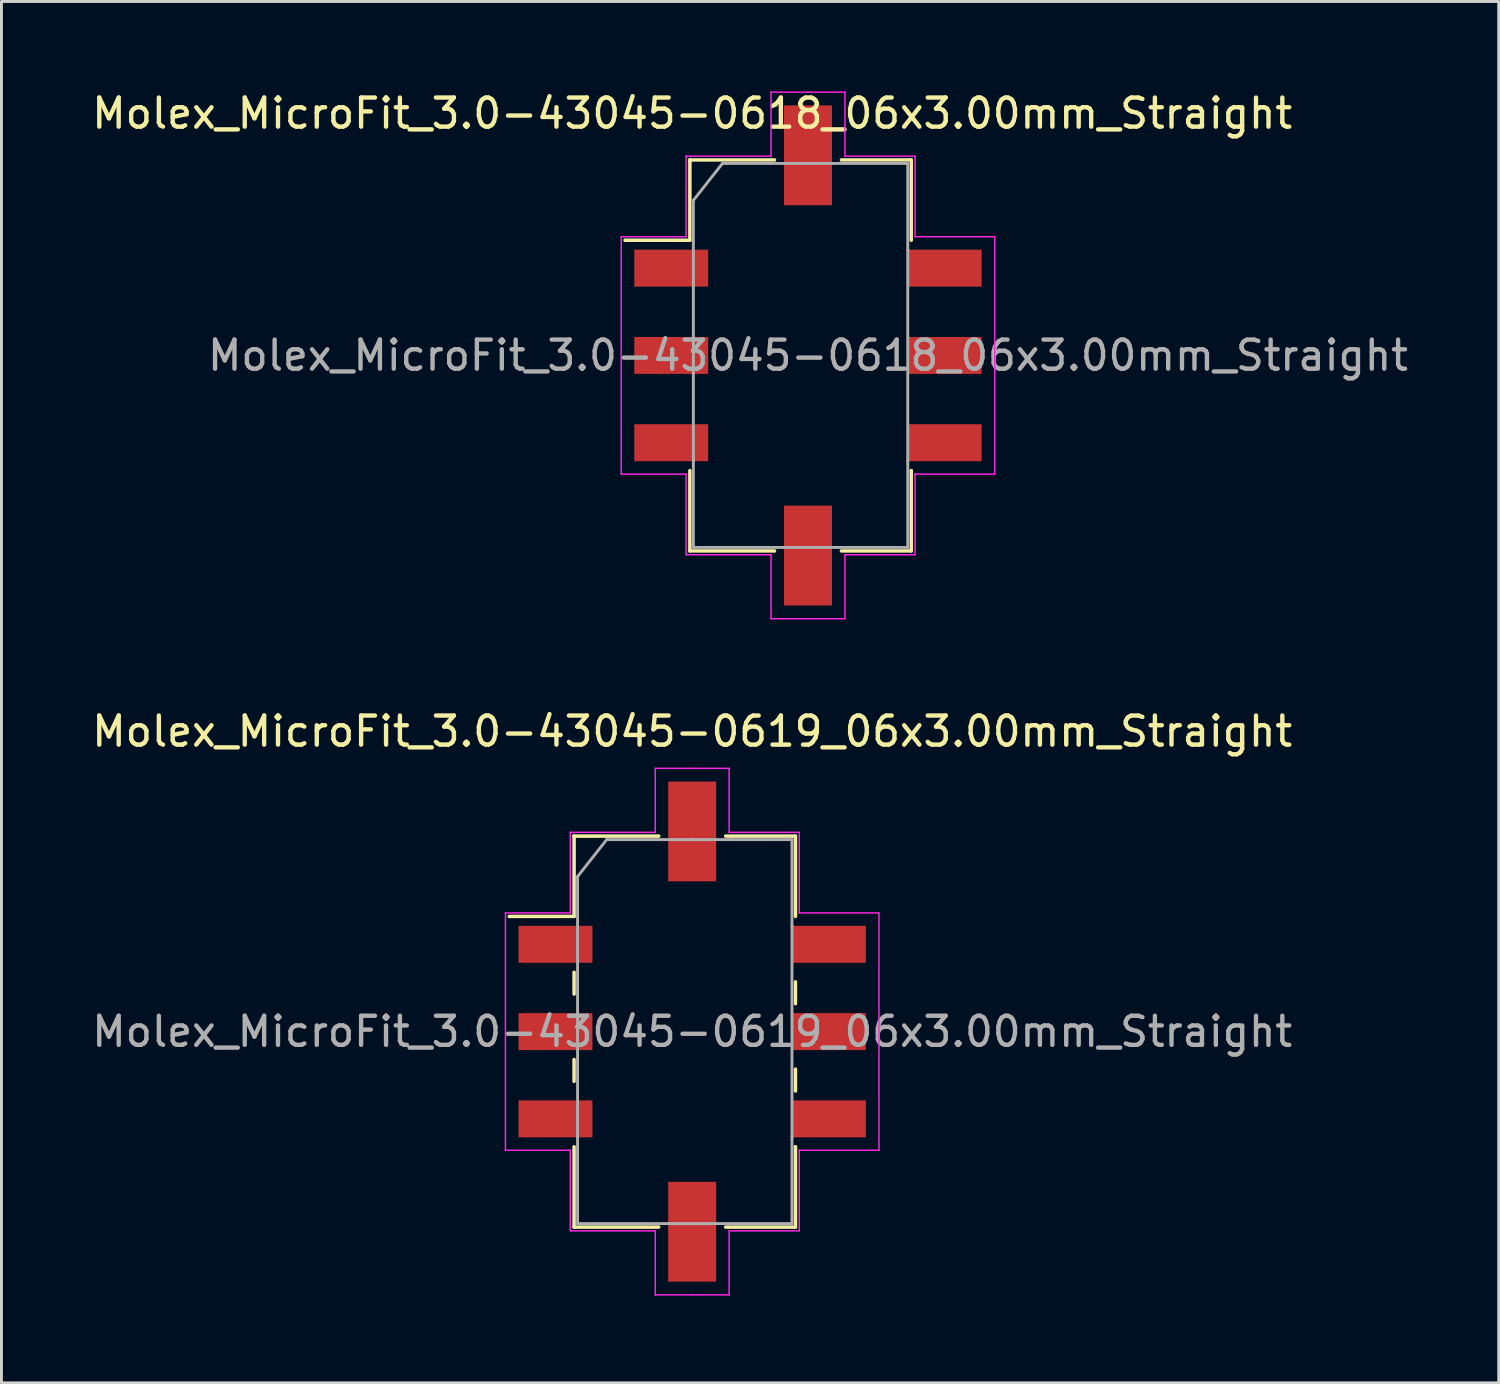
<source format=kicad_pcb>
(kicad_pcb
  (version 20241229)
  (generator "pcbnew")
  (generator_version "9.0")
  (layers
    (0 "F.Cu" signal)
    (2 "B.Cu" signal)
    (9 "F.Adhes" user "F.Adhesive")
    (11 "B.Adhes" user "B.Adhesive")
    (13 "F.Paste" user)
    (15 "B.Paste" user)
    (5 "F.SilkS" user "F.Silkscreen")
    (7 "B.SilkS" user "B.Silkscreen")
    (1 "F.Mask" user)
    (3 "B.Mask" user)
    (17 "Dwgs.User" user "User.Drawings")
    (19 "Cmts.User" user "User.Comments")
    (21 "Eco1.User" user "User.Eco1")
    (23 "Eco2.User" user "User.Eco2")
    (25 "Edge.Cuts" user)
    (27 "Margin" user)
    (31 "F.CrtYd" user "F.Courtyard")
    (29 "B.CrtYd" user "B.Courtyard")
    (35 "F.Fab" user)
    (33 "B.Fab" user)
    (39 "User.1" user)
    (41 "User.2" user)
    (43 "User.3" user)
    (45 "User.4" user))
  (footprint "Molex_MicroFit_3.0-43045-0619_06x3.00mm_Straight"
    (layer "F.Cu")
    (at 20.744 32.411)
    (property "Reference" "Molex_MicroFit_3.0-43045-0619_06x3.00mm_Straight" (at 0 -10.32 0) (layer "F.SilkS") (effects (font (size 1 1) (thickness 0.15))))
    (attr smd)
    (fp_line (start -6.29 -3.96) (end -4.06 -3.96) (stroke (width 0.12) (type solid)) (layer "F.SilkS"))
    (fp_line (start -4.06 -6.72) (end -4.06 -6.72) (stroke (width 0.12) (type solid)) (layer "F.SilkS"))
    (fp_line (start -4.06 -6.72) (end -1.15 -6.72) (stroke (width 0.12) (type solid)) (layer "F.SilkS"))
    (fp_line (start -4.06 -3.96) (end -4.06 -6.72) (stroke (width 0.12) (type solid)) (layer "F.SilkS"))
    (fp_line (start -4.06 -2.04) (end -4.06 -1.29) (stroke (width 0.12) (type solid)) (layer "F.SilkS"))
    (fp_line (start -4.06 0.96) (end -4.06 1.71) (stroke (width 0.12) (type solid)) (layer "F.SilkS"))
    (fp_line (start -4.06 6.72) (end -4.06 3.96) (stroke (width 0.12) (type solid)) (layer "F.SilkS"))
    (fp_line (start -1.15 6.72) (end -4.06 6.72) (stroke (width 0.12) (type solid)) (layer "F.SilkS"))
    (fp_line (start 1.15 -6.72) (end 3.55 -6.72) (stroke (width 0.12) (type solid)) (layer "F.SilkS"))
    (fp_line (start 3.55 -6.72) (end 3.55 -3.96) (stroke (width 0.12) (type solid)) (layer "F.SilkS"))
    (fp_line (start 3.55 -0.96) (end 3.55 -1.71) (stroke (width 0.12) (type solid)) (layer "F.SilkS"))
    (fp_line (start 3.55 2.04) (end 3.55 1.29) (stroke (width 0.12) (type solid)) (layer "F.SilkS"))
    (fp_line (start 3.55 3.96) (end 3.55 3.96) (stroke (width 0.12) (type solid)) (layer "F.SilkS"))
    (fp_line (start 3.55 3.96) (end 3.55 6.72) (stroke (width 0.12) (type solid)) (layer "F.SilkS"))
    (fp_line (start 3.55 6.72) (end 1.15 6.72) (stroke (width 0.12) (type solid)) (layer "F.SilkS"))
    (fp_line (start -6.42 -4.08) (end -4.19 -4.08) (stroke (width 0.05) (type solid)) (layer "F.CrtYd"))
    (fp_line (start -6.42 4.08) (end -6.42 -4.08) (stroke (width 0.05) (type solid)) (layer "F.CrtYd"))
    (fp_line (start -4.19 -6.85) (end -4.19 -6.85) (stroke (width 0.05) (type solid)) (layer "F.CrtYd"))
    (fp_line (start -4.19 -6.85) (end -1.27 -6.85) (stroke (width 0.05) (type solid)) (layer "F.CrtYd"))
    (fp_line (start -4.19 -4.08) (end -4.19 -6.85) (stroke (width 0.05) (type solid)) (layer "F.CrtYd"))
    (fp_line (start -4.19 4.08) (end -6.42 4.08) (stroke (width 0.05) (type solid)) (layer "F.CrtYd"))
    (fp_line (start -4.19 6.85) (end -4.19 4.08) (stroke (width 0.05) (type solid)) (layer "F.CrtYd"))
    (fp_line (start -1.27 -9.05) (end 0 -9.05) (stroke (width 0.05) (type solid)) (layer "F.CrtYd"))
    (fp_line (start -1.27 -6.85) (end -1.27 -9.05) (stroke (width 0.05) (type solid)) (layer "F.CrtYd"))
    (fp_line (start -1.27 6.85) (end -4.19 6.85) (stroke (width 0.05) (type solid)) (layer "F.CrtYd"))
    (fp_line (start -1.27 9.05) (end -1.27 6.85) (stroke (width 0.05) (type solid)) (layer "F.CrtYd"))
    (fp_line (start 0 -9.05) (end 1.27 -9.05) (stroke (width 0.05) (type solid)) (layer "F.CrtYd"))
    (fp_line (start 0 9.05) (end -1.27 9.05) (stroke (width 0.05) (type solid)) (layer "F.CrtYd"))
    (fp_line (start 1.27 -9.05) (end 1.27 -6.85) (stroke (width 0.05) (type solid)) (layer "F.CrtYd"))
    (fp_line (start 1.27 -6.85) (end 3.68 -6.85) (stroke (width 0.05) (type solid)) (layer "F.CrtYd"))
    (fp_line (start 1.27 6.85) (end 1.27 9.05) (stroke (width 0.05) (type solid)) (layer "F.CrtYd"))
    (fp_line (start 1.27 9.05) (end 0 9.05) (stroke (width 0.05) (type solid)) (layer "F.CrtYd"))
    (fp_line (start 3.68 -6.85) (end 3.68 -4.08) (stroke (width 0.05) (type solid)) (layer "F.CrtYd"))
    (fp_line (start 3.68 -4.08) (end 6.42 -4.08) (stroke (width 0.05) (type solid)) (layer "F.CrtYd"))
    (fp_line (start 3.68 4.08) (end 3.68 4.08) (stroke (width 0.05) (type solid)) (layer "F.CrtYd"))
    (fp_line (start 3.68 4.08) (end 3.68 6.85) (stroke (width 0.05) (type solid)) (layer "F.CrtYd"))
    (fp_line (start 3.68 6.85) (end 1.27 6.85) (stroke (width 0.05) (type solid)) (layer "F.CrtYd"))
    (fp_line (start 6.42 -4.08) (end 6.42 4.08) (stroke (width 0.05) (type solid)) (layer "F.CrtYd"))
    (fp_line (start 6.42 4.08) (end 3.68 4.08) (stroke (width 0.05) (type solid)) (layer "F.CrtYd"))
    (fp_line (start -3.94 -5.33) (end -2.94 -6.6) (stroke (width 0.1) (type solid)) (layer "F.Fab"))
    (fp_line (start -3.94 3.63) (end -3.94 -5.33) (stroke (width 0.1) (type solid)) (layer "F.Fab"))
    (fp_line (start -3.94 6.6) (end -3.94 3.63) (stroke (width 0.1) (type solid)) (layer "F.Fab"))
    (fp_line (start -2.94 -6.6) (end 0 -6.6) (stroke (width 0.1) (type solid)) (layer "F.Fab"))
    (fp_line (start -0.82 6.6) (end -3.94 6.6) (stroke (width 0.1) (type solid)) (layer "F.Fab"))
    (fp_line (start 0 -6.6) (end 3.43 -6.6) (stroke (width 0.1) (type solid)) (layer "F.Fab"))
    (fp_line (start 3.43 -6.6) (end 3.43 -3.63) (stroke (width 0.1) (type solid)) (layer "F.Fab"))
    (fp_line (start 3.43 -3.63) (end 3.43 3.63) (stroke (width 0.1) (type solid)) (layer "F.Fab"))
    (fp_line (start 3.43 3.63) (end 3.43 6.6) (stroke (width 0.1) (type solid)) (layer "F.Fab"))
    (fp_line (start 3.43 6.6) (end -0.82 6.6) (stroke (width 0.1) (type solid)) (layer "F.Fab"))
    (fp_text user "${REFERENCE}" (at 0 0 0) (layer "F.Fab") (effects (font (size 1 1) (thickness 0.15))))
    (pad "" smd rect (at 0 -6.88) (size 1.65 3.43) (layers "F.Cu" "F.Mask" "F.Paste"))
    (pad "" smd rect (at 0 6.88) (size 1.65 3.43) (layers "F.Cu" "F.Mask" "F.Paste"))
    (pad "1" smd rect (at -4.7 -3) (size 2.54 1.27) (layers "F.Cu" "F.Mask" "F.Paste"))
    (pad "2" smd rect (at -4.7 0) (size 2.54 1.27) (layers "F.Cu" "F.Mask" "F.Paste"))
    (pad "3" smd rect (at -4.7 3) (size 2.54 1.27) (layers "F.Cu" "F.Mask" "F.Paste"))
    (pad "4" smd rect (at 4.7 3) (size 2.54 1.27) (layers "F.Cu" "F.Mask" "F.Paste"))
    (pad "5" smd rect (at 4.7 0) (size 2.54 1.27) (layers "F.Cu" "F.Mask" "F.Paste"))
    (pad "6" smd rect (at 4.7 -3) (size 2.54 1.27) (layers "F.Cu" "F.Mask" "F.Paste")))
  (footprint "Molex_MicroFit_3.0-43045-0618_06x3.00mm_Straight"
    (layer "F.Cu")
    (at 24.724 9.168)
    (property "Reference" "Molex_MicroFit_3.0-43045-0618_06x3.00mm_Straight" (at -3.98 -8.32 0) (layer "F.SilkS") (effects (font (size 1 1) (thickness 0.15))))
    (attr smd)
    (fp_line (start -6.29 -3.96) (end -4.06 -3.96) (stroke (width 0.12) (type solid)) (layer "F.SilkS"))
    (fp_line (start -4.06 -6.72) (end -4.06 -6.72) (stroke (width 0.12) (type solid)) (layer "F.SilkS"))
    (fp_line (start -4.06 -6.72) (end -1.15 -6.72) (stroke (width 0.12) (type solid)) (layer "F.SilkS"))
    (fp_line (start -4.06 -3.96) (end -4.06 -6.72) (stroke (width 0.12) (type solid)) (layer "F.SilkS"))
    (fp_line (start -4.06 6.72) (end -4.06 3.96) (stroke (width 0.12) (type solid)) (layer "F.SilkS"))
    (fp_line (start -1.15 6.72) (end -4.06 6.72) (stroke (width 0.12) (type solid)) (layer "F.SilkS"))
    (fp_line (start 1.15 -6.72) (end 3.55 -6.72) (stroke (width 0.12) (type solid)) (layer "F.SilkS"))
    (fp_line (start 3.55 -6.72) (end 3.55 -3.96) (stroke (width 0.12) (type solid)) (layer "F.SilkS"))
    (fp_line (start 3.55 3.96) (end 3.55 3.96) (stroke (width 0.12) (type solid)) (layer "F.SilkS"))
    (fp_line (start 3.55 3.96) (end 3.55 6.72) (stroke (width 0.12) (type solid)) (layer "F.SilkS"))
    (fp_line (start 3.55 6.72) (end 1.15 6.72) (stroke (width 0.12) (type solid)) (layer "F.SilkS"))
    (fp_line (start -6.42 -4.08) (end -4.19 -4.08) (stroke (width 0.05) (type solid)) (layer "F.CrtYd"))
    (fp_line (start -6.42 4.08) (end -6.42 -4.08) (stroke (width 0.05) (type solid)) (layer "F.CrtYd"))
    (fp_line (start -4.19 -6.85) (end -4.19 -6.85) (stroke (width 0.05) (type solid)) (layer "F.CrtYd"))
    (fp_line (start -4.19 -6.85) (end -1.27 -6.85) (stroke (width 0.05) (type solid)) (layer "F.CrtYd"))
    (fp_line (start -4.19 -4.08) (end -4.19 -6.85) (stroke (width 0.05) (type solid)) (layer "F.CrtYd"))
    (fp_line (start -4.19 4.08) (end -6.42 4.08) (stroke (width 0.05) (type solid)) (layer "F.CrtYd"))
    (fp_line (start -4.19 6.85) (end -4.19 4.08) (stroke (width 0.05) (type solid)) (layer "F.CrtYd"))
    (fp_line (start -1.27 -9.05) (end 0 -9.05) (stroke (width 0.05) (type solid)) (layer "F.CrtYd"))
    (fp_line (start -1.27 -6.85) (end -1.27 -9.05) (stroke (width 0.05) (type solid)) (layer "F.CrtYd"))
    (fp_line (start -1.27 6.85) (end -4.19 6.85) (stroke (width 0.05) (type solid)) (layer "F.CrtYd"))
    (fp_line (start -1.27 9.05) (end -1.27 6.85) (stroke (width 0.05) (type solid)) (layer "F.CrtYd"))
    (fp_line (start 0 -9.05) (end 1.27 -9.05) (stroke (width 0.05) (type solid)) (layer "F.CrtYd"))
    (fp_line (start 0 9.05) (end -1.27 9.05) (stroke (width 0.05) (type solid)) (layer "F.CrtYd"))
    (fp_line (start 1.27 -9.05) (end 1.27 -6.85) (stroke (width 0.05) (type solid)) (layer "F.CrtYd"))
    (fp_line (start 1.27 -6.85) (end 3.68 -6.85) (stroke (width 0.05) (type solid)) (layer "F.CrtYd"))
    (fp_line (start 1.27 6.85) (end 1.27 9.05) (stroke (width 0.05) (type solid)) (layer "F.CrtYd"))
    (fp_line (start 1.27 9.05) (end 0 9.05) (stroke (width 0.05) (type solid)) (layer "F.CrtYd"))
    (fp_line (start 3.68 -6.85) (end 3.68 -4.08) (stroke (width 0.05) (type solid)) (layer "F.CrtYd"))
    (fp_line (start 3.68 -4.08) (end 6.42 -4.08) (stroke (width 0.05) (type solid)) (layer "F.CrtYd"))
    (fp_line (start 3.68 4.08) (end 3.68 4.08) (stroke (width 0.05) (type solid)) (layer "F.CrtYd"))
    (fp_line (start 3.68 4.08) (end 3.68 6.85) (stroke (width 0.05) (type solid)) (layer "F.CrtYd"))
    (fp_line (start 3.68 6.85) (end 1.27 6.85) (stroke (width 0.05) (type solid)) (layer "F.CrtYd"))
    (fp_line (start 6.42 -4.08) (end 6.42 4.08) (stroke (width 0.05) (type solid)) (layer "F.CrtYd"))
    (fp_line (start 6.42 4.08) (end 3.68 4.08) (stroke (width 0.05) (type solid)) (layer "F.CrtYd"))
    (fp_line (start -3.94 -5.33) (end -2.94 -6.6) (stroke (width 0.1) (type solid)) (layer "F.Fab"))
    (fp_line (start -3.94 3.63) (end -3.94 -5.33) (stroke (width 0.1) (type solid)) (layer "F.Fab"))
    (fp_line (start -3.94 6.6) (end -3.94 3.63) (stroke (width 0.1) (type solid)) (layer "F.Fab"))
    (fp_line (start -2.94 -6.6) (end 0 -6.6) (stroke (width 0.1) (type solid)) (layer "F.Fab"))
    (fp_line (start -0.82 6.6) (end -3.94 6.6) (stroke (width 0.1) (type solid)) (layer "F.Fab"))
    (fp_line (start 0 -6.6) (end 3.43 -6.6) (stroke (width 0.1) (type solid)) (layer "F.Fab"))
    (fp_line (start 3.43 -6.6) (end 3.43 -3.63) (stroke (width 0.1) (type solid)) (layer "F.Fab"))
    (fp_line (start 3.43 -3.63) (end 3.43 3.63) (stroke (width 0.1) (type solid)) (layer "F.Fab"))
    (fp_line (start 3.43 3.63) (end 3.43 6.6) (stroke (width 0.1) (type solid)) (layer "F.Fab"))
    (fp_line (start 3.43 6.6) (end -0.82 6.6) (stroke (width 0.1) (type solid)) (layer "F.Fab"))
    (fp_text user "${REFERENCE}" (at 0 0 0) (layer "F.Fab") (effects (font (size 1 1) (thickness 0.15))))
    (pad "" smd rect (at 0 -6.88) (size 1.65 3.43) (layers "F.Cu" "F.Mask" "F.Paste"))
    (pad "" smd rect (at 0 6.88) (size 1.65 3.43) (layers "F.Cu" "F.Mask" "F.Paste"))
    (pad "1" smd rect (at -4.7 -3) (size 2.54 1.27) (layers "F.Cu" "F.Mask" "F.Paste"))
    (pad "2" smd rect (at -4.7 0) (size 2.54 1.27) (layers "F.Cu" "F.Mask" "F.Paste"))
    (pad "3" smd rect (at -4.7 3) (size 2.54 1.27) (layers "F.Cu" "F.Mask" "F.Paste"))
    (pad "4" smd rect (at 4.7 3) (size 2.54 1.27) (layers "F.Cu" "F.Mask" "F.Paste"))
    (pad "5" smd rect (at 4.7 0) (size 2.54 1.27) (layers "F.Cu" "F.Mask" "F.Paste"))
    (pad "6" smd rect (at 4.7 -3) (size 2.54 1.27) (layers "F.Cu" "F.Mask" "F.Paste")))
  (gr_rect
    (start -3 -3)
    (end 48.468 44.486)
    (stroke (width 0.1) (type default))
    (fill no)
    (layer "Edge.Cuts")))
</source>
